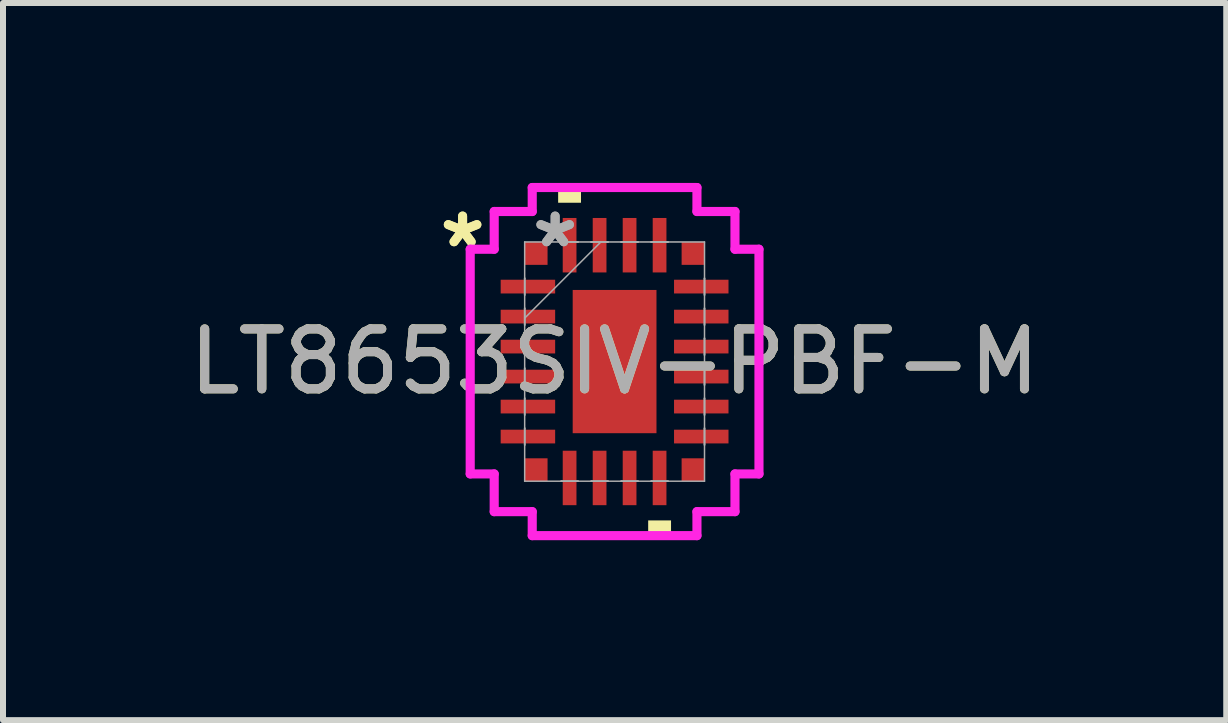
<source format=kicad_pcb>
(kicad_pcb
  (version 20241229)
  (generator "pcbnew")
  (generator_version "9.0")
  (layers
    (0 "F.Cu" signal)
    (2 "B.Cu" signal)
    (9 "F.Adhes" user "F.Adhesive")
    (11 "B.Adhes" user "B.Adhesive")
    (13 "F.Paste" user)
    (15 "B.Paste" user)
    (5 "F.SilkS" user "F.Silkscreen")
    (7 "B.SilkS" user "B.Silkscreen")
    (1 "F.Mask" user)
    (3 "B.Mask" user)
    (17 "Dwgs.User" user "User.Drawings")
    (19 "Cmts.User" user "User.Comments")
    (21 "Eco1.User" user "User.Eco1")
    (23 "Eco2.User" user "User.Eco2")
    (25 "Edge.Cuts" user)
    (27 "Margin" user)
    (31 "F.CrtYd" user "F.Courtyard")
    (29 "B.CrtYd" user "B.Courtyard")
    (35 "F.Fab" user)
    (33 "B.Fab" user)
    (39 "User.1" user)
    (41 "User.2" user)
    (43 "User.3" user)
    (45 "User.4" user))
  (footprint "LT8653SIV-PBF-M"
    (layer "F.Cu")
    (at 7.196 2.978)
    (property "Reference" "LT8653SIV-PBF-M" (at 0 0 0) (unlocked yes) (layer "F.SilkS") (effects (font (size 1 1) (thickness 0.15))))
    (attr smd)
    (fp_poly (pts (xy -0.941 -2.648) (xy -0.941 -2.902) (xy -0.56 -2.902) (xy -0.56 -2.648)) (stroke (width 0) (type solid)) (fill yes) (layer "F.SilkS"))
    (fp_poly (pts (xy 0.56 2.648) (xy 0.56 2.902) (xy 0.941 2.902) (xy 0.941 2.648)) (stroke (width 0) (type solid)) (fill yes) (layer "F.SilkS"))
    (fp_line (start -2.407 -1.873) (end -2.007 -1.873) (stroke (width 0.152) (type solid)) (layer "F.CrtYd"))
    (fp_line (start -2.407 1.873) (end -2.407 -1.873) (stroke (width 0.152) (type solid)) (layer "F.CrtYd"))
    (fp_line (start -2.407 1.873) (end -2.007 1.873) (stroke (width 0.152) (type solid)) (layer "F.CrtYd"))
    (fp_line (start -2.007 -2.502) (end -1.373 -2.502) (stroke (width 0.152) (type solid)) (layer "F.CrtYd"))
    (fp_line (start -2.007 -1.873) (end -2.007 -2.502) (stroke (width 0.152) (type solid)) (layer "F.CrtYd"))
    (fp_line (start -2.007 2.502) (end -2.007 1.873) (stroke (width 0.152) (type solid)) (layer "F.CrtYd"))
    (fp_line (start -1.373 -2.902) (end 1.373 -2.902) (stroke (width 0.152) (type solid)) (layer "F.CrtYd"))
    (fp_line (start -1.373 -2.502) (end -1.373 -2.902) (stroke (width 0.152) (type solid)) (layer "F.CrtYd"))
    (fp_line (start -1.373 2.502) (end -2.007 2.502) (stroke (width 0.152) (type solid)) (layer "F.CrtYd"))
    (fp_line (start -1.373 2.902) (end -1.373 2.502) (stroke (width 0.152) (type solid)) (layer "F.CrtYd"))
    (fp_line (start 1.373 -2.902) (end 1.373 -2.502) (stroke (width 0.152) (type solid)) (layer "F.CrtYd"))
    (fp_line (start 1.373 -2.502) (end 2.007 -2.502) (stroke (width 0.152) (type solid)) (layer "F.CrtYd"))
    (fp_line (start 1.373 2.502) (end 1.373 2.902) (stroke (width 0.152) (type solid)) (layer "F.CrtYd"))
    (fp_line (start 1.373 2.902) (end -1.373 2.902) (stroke (width 0.152) (type solid)) (layer "F.CrtYd"))
    (fp_line (start 2.007 -2.502) (end 2.007 -1.873) (stroke (width 0.152) (type solid)) (layer "F.CrtYd"))
    (fp_line (start 2.007 -1.873) (end 2.407 -1.873) (stroke (width 0.152) (type solid)) (layer "F.CrtYd"))
    (fp_line (start 2.007 1.873) (end 2.007 2.502) (stroke (width 0.152) (type solid)) (layer "F.CrtYd"))
    (fp_line (start 2.007 2.502) (end 1.373 2.502) (stroke (width 0.152) (type solid)) (layer "F.CrtYd"))
    (fp_line (start 2.407 -1.873) (end 2.407 1.873) (stroke (width 0.152) (type solid)) (layer "F.CrtYd"))
    (fp_line (start 2.407 1.873) (end 2.007 1.873) (stroke (width 0.152) (type solid)) (layer "F.CrtYd"))
    (fp_line (start -1.499 -1.994) (end -1.499 1.994) (stroke (width 0.025) (type solid)) (layer "F.Fab"))
    (fp_line (start -1.499 -1.39) (end -1.499 -1.39) (stroke (width 0.025) (type solid)) (layer "F.Fab"))
    (fp_line (start -1.499 -1.39) (end -1.499 -1.11) (stroke (width 0.025) (type solid)) (layer "F.Fab"))
    (fp_line (start -1.499 -1.11) (end -1.499 -1.39) (stroke (width 0.025) (type solid)) (layer "F.Fab"))
    (fp_line (start -1.499 -1.11) (end -1.499 -1.11) (stroke (width 0.025) (type solid)) (layer "F.Fab"))
    (fp_line (start -1.499 -0.89) (end -1.499 -0.89) (stroke (width 0.025) (type solid)) (layer "F.Fab"))
    (fp_line (start -1.499 -0.89) (end -1.499 -0.61) (stroke (width 0.025) (type solid)) (layer "F.Fab"))
    (fp_line (start -1.499 -0.724) (end -0.229 -1.994) (stroke (width 0.025) (type solid)) (layer "F.Fab"))
    (fp_line (start -1.499 -0.61) (end -1.499 -0.89) (stroke (width 0.025) (type solid)) (layer "F.Fab"))
    (fp_line (start -1.499 -0.61) (end -1.499 -0.61) (stroke (width 0.025) (type solid)) (layer "F.Fab"))
    (fp_line (start -1.499 -0.39) (end -1.499 -0.39) (stroke (width 0.025) (type solid)) (layer "F.Fab"))
    (fp_line (start -1.499 -0.39) (end -1.499 -0.11) (stroke (width 0.025) (type solid)) (layer "F.Fab"))
    (fp_line (start -1.499 -0.11) (end -1.499 -0.39) (stroke (width 0.025) (type solid)) (layer "F.Fab"))
    (fp_line (start -1.499 -0.11) (end -1.499 -0.11) (stroke (width 0.025) (type solid)) (layer "F.Fab"))
    (fp_line (start -1.499 0.11) (end -1.499 0.11) (stroke (width 0.025) (type solid)) (layer "F.Fab"))
    (fp_line (start -1.499 0.11) (end -1.499 0.39) (stroke (width 0.025) (type solid)) (layer "F.Fab"))
    (fp_line (start -1.499 0.39) (end -1.499 0.11) (stroke (width 0.025) (type solid)) (layer "F.Fab"))
    (fp_line (start -1.499 0.39) (end -1.499 0.39) (stroke (width 0.025) (type solid)) (layer "F.Fab"))
    (fp_line (start -1.499 0.61) (end -1.499 0.61) (stroke (width 0.025) (type solid)) (layer "F.Fab"))
    (fp_line (start -1.499 0.61) (end -1.499 0.89) (stroke (width 0.025) (type solid)) (layer "F.Fab"))
    (fp_line (start -1.499 0.89) (end -1.499 0.61) (stroke (width 0.025) (type solid)) (layer "F.Fab"))
    (fp_line (start -1.499 0.89) (end -1.499 0.89) (stroke (width 0.025) (type solid)) (layer "F.Fab"))
    (fp_line (start -1.499 1.11) (end -1.499 1.11) (stroke (width 0.025) (type solid)) (layer "F.Fab"))
    (fp_line (start -1.499 1.11) (end -1.499 1.39) (stroke (width 0.025) (type solid)) (layer "F.Fab"))
    (fp_line (start -1.499 1.39) (end -1.499 1.11) (stroke (width 0.025) (type solid)) (layer "F.Fab"))
    (fp_line (start -1.499 1.39) (end -1.499 1.39) (stroke (width 0.025) (type solid)) (layer "F.Fab"))
    (fp_line (start -1.499 1.994) (end 1.499 1.994) (stroke (width 0.025) (type solid)) (layer "F.Fab"))
    (fp_line (start -0.89 -1.994) (end -0.89 -1.994) (stroke (width 0.025) (type solid)) (layer "F.Fab"))
    (fp_line (start -0.89 -1.994) (end -0.61 -1.994) (stroke (width 0.025) (type solid)) (layer "F.Fab"))
    (fp_line (start -0.89 1.994) (end -0.89 1.994) (stroke (width 0.025) (type solid)) (layer "F.Fab"))
    (fp_line (start -0.89 1.994) (end -0.61 1.994) (stroke (width 0.025) (type solid)) (layer "F.Fab"))
    (fp_line (start -0.61 -1.994) (end -0.89 -1.994) (stroke (width 0.025) (type solid)) (layer "F.Fab"))
    (fp_line (start -0.61 -1.994) (end -0.61 -1.994) (stroke (width 0.025) (type solid)) (layer "F.Fab"))
    (fp_line (start -0.61 1.994) (end -0.89 1.994) (stroke (width 0.025) (type solid)) (layer "F.Fab"))
    (fp_line (start -0.61 1.994) (end -0.61 1.994) (stroke (width 0.025) (type solid)) (layer "F.Fab"))
    (fp_line (start -0.39 -1.994) (end -0.39 -1.994) (stroke (width 0.025) (type solid)) (layer "F.Fab"))
    (fp_line (start -0.39 -1.994) (end -0.11 -1.994) (stroke (width 0.025) (type solid)) (layer "F.Fab"))
    (fp_line (start -0.39 1.994) (end -0.39 1.994) (stroke (width 0.025) (type solid)) (layer "F.Fab"))
    (fp_line (start -0.39 1.994) (end -0.11 1.994) (stroke (width 0.025) (type solid)) (layer "F.Fab"))
    (fp_line (start -0.11 -1.994) (end -0.39 -1.994) (stroke (width 0.025) (type solid)) (layer "F.Fab"))
    (fp_line (start -0.11 -1.994) (end -0.11 -1.994) (stroke (width 0.025) (type solid)) (layer "F.Fab"))
    (fp_line (start -0.11 1.994) (end -0.39 1.994) (stroke (width 0.025) (type solid)) (layer "F.Fab"))
    (fp_line (start -0.11 1.994) (end -0.11 1.994) (stroke (width 0.025) (type solid)) (layer "F.Fab"))
    (fp_line (start 0.11 -1.994) (end 0.11 -1.994) (stroke (width 0.025) (type solid)) (layer "F.Fab"))
    (fp_line (start 0.11 -1.994) (end 0.39 -1.994) (stroke (width 0.025) (type solid)) (layer "F.Fab"))
    (fp_line (start 0.11 1.994) (end 0.11 1.994) (stroke (width 0.025) (type solid)) (layer "F.Fab"))
    (fp_line (start 0.11 1.994) (end 0.39 1.994) (stroke (width 0.025) (type solid)) (layer "F.Fab"))
    (fp_line (start 0.39 -1.994) (end 0.11 -1.994) (stroke (width 0.025) (type solid)) (layer "F.Fab"))
    (fp_line (start 0.39 -1.994) (end 0.39 -1.994) (stroke (width 0.025) (type solid)) (layer "F.Fab"))
    (fp_line (start 0.39 1.994) (end 0.11 1.994) (stroke (width 0.025) (type solid)) (layer "F.Fab"))
    (fp_line (start 0.39 1.994) (end 0.39 1.994) (stroke (width 0.025) (type solid)) (layer "F.Fab"))
    (fp_line (start 0.61 -1.994) (end 0.61 -1.994) (stroke (width 0.025) (type solid)) (layer "F.Fab"))
    (fp_line (start 0.61 -1.994) (end 0.89 -1.994) (stroke (width 0.025) (type solid)) (layer "F.Fab"))
    (fp_line (start 0.61 1.994) (end 0.61 1.994) (stroke (width 0.025) (type solid)) (layer "F.Fab"))
    (fp_line (start 0.61 1.994) (end 0.89 1.994) (stroke (width 0.025) (type solid)) (layer "F.Fab"))
    (fp_line (start 0.89 -1.994) (end 0.61 -1.994) (stroke (width 0.025) (type solid)) (layer "F.Fab"))
    (fp_line (start 0.89 -1.994) (end 0.89 -1.994) (stroke (width 0.025) (type solid)) (layer "F.Fab"))
    (fp_line (start 0.89 1.994) (end 0.61 1.994) (stroke (width 0.025) (type solid)) (layer "F.Fab"))
    (fp_line (start 0.89 1.994) (end 0.89 1.994) (stroke (width 0.025) (type solid)) (layer "F.Fab"))
    (fp_line (start 1.499 -1.994) (end -1.499 -1.994) (stroke (width 0.025) (type solid)) (layer "F.Fab"))
    (fp_line (start 1.499 -1.39) (end 1.499 -1.39) (stroke (width 0.025) (type solid)) (layer "F.Fab"))
    (fp_line (start 1.499 -1.39) (end 1.499 -1.11) (stroke (width 0.025) (type solid)) (layer "F.Fab"))
    (fp_line (start 1.499 -1.11) (end 1.499 -1.39) (stroke (width 0.025) (type solid)) (layer "F.Fab"))
    (fp_line (start 1.499 -1.11) (end 1.499 -1.11) (stroke (width 0.025) (type solid)) (layer "F.Fab"))
    (fp_line (start 1.499 -0.89) (end 1.499 -0.89) (stroke (width 0.025) (type solid)) (layer "F.Fab"))
    (fp_line (start 1.499 -0.89) (end 1.499 -0.61) (stroke (width 0.025) (type solid)) (layer "F.Fab"))
    (fp_line (start 1.499 -0.61) (end 1.499 -0.89) (stroke (width 0.025) (type solid)) (layer "F.Fab"))
    (fp_line (start 1.499 -0.61) (end 1.499 -0.61) (stroke (width 0.025) (type solid)) (layer "F.Fab"))
    (fp_line (start 1.499 -0.39) (end 1.499 -0.39) (stroke (width 0.025) (type solid)) (layer "F.Fab"))
    (fp_line (start 1.499 -0.39) (end 1.499 -0.11) (stroke (width 0.025) (type solid)) (layer "F.Fab"))
    (fp_line (start 1.499 -0.11) (end 1.499 -0.39) (stroke (width 0.025) (type solid)) (layer "F.Fab"))
    (fp_line (start 1.499 -0.11) (end 1.499 -0.11) (stroke (width 0.025) (type solid)) (layer "F.Fab"))
    (fp_line (start 1.499 0.11) (end 1.499 0.11) (stroke (width 0.025) (type solid)) (layer "F.Fab"))
    (fp_line (start 1.499 0.11) (end 1.499 0.39) (stroke (width 0.025) (type solid)) (layer "F.Fab"))
    (fp_line (start 1.499 0.39) (end 1.499 0.11) (stroke (width 0.025) (type solid)) (layer "F.Fab"))
    (fp_line (start 1.499 0.39) (end 1.499 0.39) (stroke (width 0.025) (type solid)) (layer "F.Fab"))
    (fp_line (start 1.499 0.61) (end 1.499 0.61) (stroke (width 0.025) (type solid)) (layer "F.Fab"))
    (fp_line (start 1.499 0.61) (end 1.499 0.89) (stroke (width 0.025) (type solid)) (layer "F.Fab"))
    (fp_line (start 1.499 0.89) (end 1.499 0.61) (stroke (width 0.025) (type solid)) (layer "F.Fab"))
    (fp_line (start 1.499 0.89) (end 1.499 0.89) (stroke (width 0.025) (type solid)) (layer "F.Fab"))
    (fp_line (start 1.499 1.11) (end 1.499 1.11) (stroke (width 0.025) (type solid)) (layer "F.Fab"))
    (fp_line (start 1.499 1.11) (end 1.499 1.39) (stroke (width 0.025) (type solid)) (layer "F.Fab"))
    (fp_line (start 1.499 1.39) (end 1.499 1.11) (stroke (width 0.025) (type solid)) (layer "F.Fab"))
    (fp_line (start 1.499 1.39) (end 1.499 1.39) (stroke (width 0.025) (type solid)) (layer "F.Fab"))
    (fp_line (start 1.499 1.994) (end 1.499 -1.994) (stroke (width 0.025) (type solid)) (layer "F.Fab"))
    (fp_text user "*" (at -2.534 -1.881 0) (layer "F.SilkS") (effects (font (size 1 1) (thickness 0.15))))
    (fp_text user "*" (at -2.534 -1.881 0) (unlocked yes) (layer "F.SilkS") (effects (font (size 1 1) (thickness 0.15))))
    (fp_text user "${REFERENCE}" (at 0 0 0) (unlocked yes) (layer "F.Fab") (effects (font (size 1 1) (thickness 0.15))))
    (fp_text user "*" (at -0.991 -1.881 0) (unlocked yes) (layer "F.Fab") (effects (font (size 1 1) (thickness 0.15))))
    (fp_text user "*" (at -0.991 -1.881 0) (layer "F.Fab") (effects (font (size 1 1) (thickness 0.15))))
    (pad "1" smd rect (at -1.445 -1.25 90) (size 0.229 0.908) (layers "F.Cu" "F.Mask" "F.Paste"))
    (pad "2" smd rect (at -1.445 -0.75 90) (size 0.229 0.908) (layers "F.Cu" "F.Mask" "F.Paste"))
    (pad "3" smd rect (at -1.445 -0.25 90) (size 0.229 0.908) (layers "F.Cu" "F.Mask" "F.Paste"))
    (pad "4" smd rect (at -1.445 0.25 90) (size 0.229 0.908) (layers "F.Cu" "F.Mask" "F.Paste"))
    (pad "5" smd rect (at -1.445 0.75 90) (size 0.229 0.908) (layers "F.Cu" "F.Mask" "F.Paste"))
    (pad "6" smd rect (at -1.445 1.25 90) (size 0.229 0.908) (layers "F.Cu" "F.Mask" "F.Paste"))
    (pad "7" smd rect (at -0.75 1.94) (size 0.229 0.908) (layers "F.Cu" "F.Mask" "F.Paste"))
    (pad "8" smd rect (at -0.25 1.94) (size 0.229 0.908) (layers "F.Cu" "F.Mask" "F.Paste"))
    (pad "9" smd rect (at 0.25 1.94) (size 0.229 0.908) (layers "F.Cu" "F.Mask" "F.Paste"))
    (pad "10" smd rect (at 0.75 1.94) (size 0.229 0.908) (layers "F.Cu" "F.Mask" "F.Paste"))
    (pad "11" smd rect (at 1.445 1.25 90) (size 0.229 0.908) (layers "F.Cu" "F.Mask" "F.Paste"))
    (pad "12" smd rect (at 1.445 0.75 90) (size 0.229 0.908) (layers "F.Cu" "F.Mask" "F.Paste"))
    (pad "13" smd rect (at 1.445 0.25 90) (size 0.229 0.908) (layers "F.Cu" "F.Mask" "F.Paste"))
    (pad "14" smd rect (at 1.445 -0.25 90) (size 0.229 0.908) (layers "F.Cu" "F.Mask" "F.Paste"))
    (pad "15" smd rect (at 1.445 -0.75 90) (size 0.229 0.908) (layers "F.Cu" "F.Mask" "F.Paste"))
    (pad "16" smd rect (at 1.445 -1.25 90) (size 0.229 0.908) (layers "F.Cu" "F.Mask" "F.Paste"))
    (pad "17" smd rect (at 0.75 -1.94) (size 0.229 0.908) (layers "F.Cu" "F.Mask" "F.Paste"))
    (pad "18" smd rect (at 0.25 -1.94) (size 0.229 0.908) (layers "F.Cu" "F.Mask" "F.Paste"))
    (pad "19" smd rect (at -0.25 -1.94) (size 0.229 0.908) (layers "F.Cu" "F.Mask" "F.Paste"))
    (pad "20" smd rect (at -0.75 -1.94) (size 0.229 0.908) (layers "F.Cu" "F.Mask" "F.Paste"))
    (pad "21" smd rect (at 0 0) (size 1.397 2.388) (layers "F.Cu" "F.Mask" "F.Paste"))
    (pad "22" smd rect (at -1.308 -1.803) (size 0.381 0.381) (layers "F.Cu" "F.Mask" "F.Paste"))
    (pad "23" smd rect (at -1.308 1.803) (size 0.381 0.381) (layers "F.Cu" "F.Mask" "F.Paste"))
    (pad "24" smd rect (at 1.308 1.803) (size 0.381 0.381) (layers "F.Cu" "F.Mask" "F.Paste"))
    (pad "25" smd rect (at 1.308 -1.803) (size 0.381 0.381) (layers "F.Cu" "F.Mask" "F.Paste")))
  (gr_rect
    (start -3 -3)
    (end 17.393 8.956)
    (stroke (width 0.1) (type default))
    (fill no)
    (layer "Edge.Cuts")))
</source>
